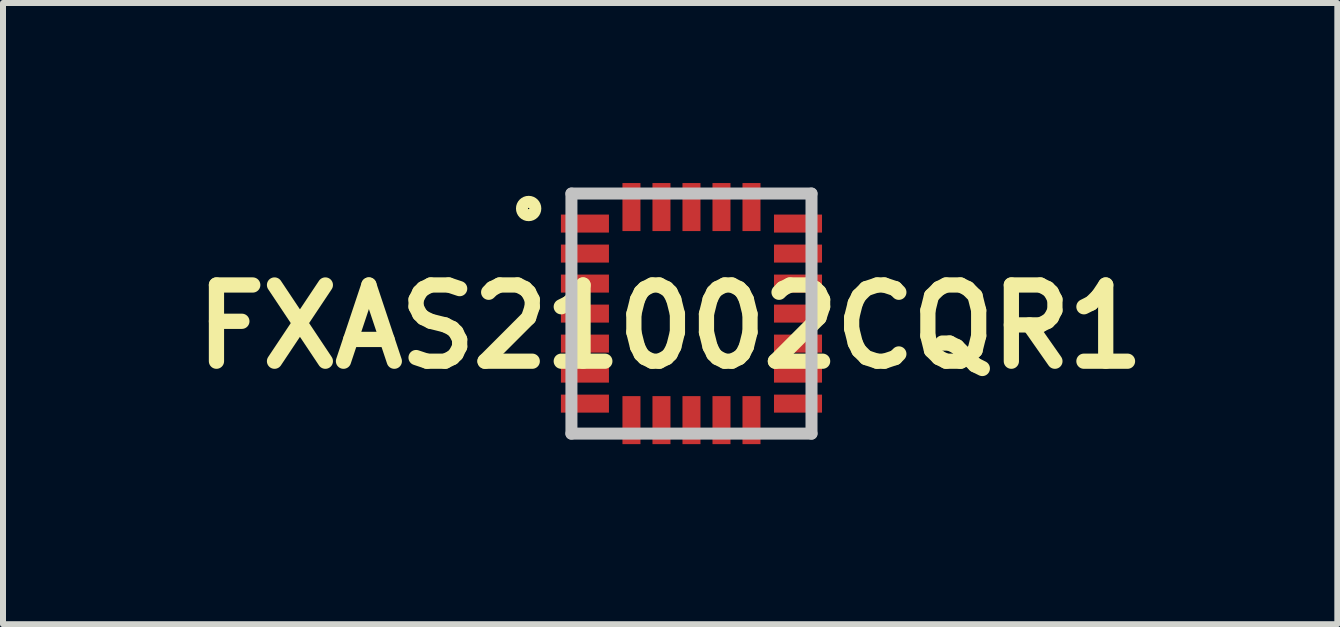
<source format=kicad_pcb>
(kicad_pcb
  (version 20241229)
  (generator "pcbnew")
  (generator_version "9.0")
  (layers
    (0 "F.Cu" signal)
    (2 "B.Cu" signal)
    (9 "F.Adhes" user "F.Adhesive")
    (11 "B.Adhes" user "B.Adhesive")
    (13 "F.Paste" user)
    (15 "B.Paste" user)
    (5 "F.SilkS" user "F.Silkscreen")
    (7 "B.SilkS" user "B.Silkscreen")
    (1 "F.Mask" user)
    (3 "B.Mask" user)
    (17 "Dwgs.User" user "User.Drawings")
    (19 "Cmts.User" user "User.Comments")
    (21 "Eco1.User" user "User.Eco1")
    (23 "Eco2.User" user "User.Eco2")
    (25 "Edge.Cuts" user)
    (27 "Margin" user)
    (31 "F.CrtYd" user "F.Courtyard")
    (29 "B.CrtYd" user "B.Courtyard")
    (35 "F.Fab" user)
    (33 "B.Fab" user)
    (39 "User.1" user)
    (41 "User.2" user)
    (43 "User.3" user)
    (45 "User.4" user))
  (footprint "FXAS21002CQR1"
    (layer "F.Cu")
    (at 8.471 2.175)
    (property "Reference" "FXAS21002CQR1" (at -0.355 0.219 0) (layer "F.SilkS") (effects (font (size 1.27 1.27) (thickness 0.254))))
    (attr smd)
    (fp_circle (center -2.713 -1.751) (end -2.713 -1.64) (stroke (width 0.2) (type solid)) (fill no) (layer "F.SilkS"))
    (fp_line (start -2 -2) (end 2 -2) (stroke (width 0.2) (type solid)) (layer "Dwgs.User"))
    (fp_line (start -2 2) (end -2 -2) (stroke (width 0.2) (type solid)) (layer "Dwgs.User"))
    (fp_line (start 2 -2) (end 2 2) (stroke (width 0.2) (type solid)) (layer "Dwgs.User"))
    (fp_line (start 2 2) (end -2 2) (stroke (width 0.2) (type solid)) (layer "Dwgs.User"))
    (pad "1" smd rect (at -1.775 -1.5 90) (size 0.3 0.8) (layers "F.Cu" "F.Paste"))
    (pad "2" smd rect (at -1.775 -1 90) (size 0.3 0.8) (layers "F.Cu" "F.Paste"))
    (pad "3" smd rect (at -1.775 -0.5 90) (size 0.3 0.8) (layers "F.Cu" "F.Paste"))
    (pad "4" smd rect (at -1.775 0 90) (size 0.3 0.8) (layers "F.Cu" "F.Paste"))
    (pad "5" smd rect (at -1.775 0.5 90) (size 0.3 0.8) (layers "F.Cu" "F.Paste"))
    (pad "6" smd rect (at -1.775 1 90) (size 0.3 0.8) (layers "F.Cu" "F.Paste"))
    (pad "7" smd rect (at -1.775 1.5 90) (size 0.3 0.8) (layers "F.Cu" "F.Paste"))
    (pad "8" smd rect (at -1 1.775) (size 0.3 0.8) (layers "F.Cu" "F.Paste"))
    (pad "9" smd rect (at -0.5 1.775) (size 0.3 0.8) (layers "F.Cu" "F.Paste"))
    (pad "10" smd rect (at 0 1.775) (size 0.3 0.8) (layers "F.Cu" "F.Paste"))
    (pad "11" smd rect (at 0.5 1.775) (size 0.3 0.8) (layers "F.Cu" "F.Paste"))
    (pad "12" smd rect (at 1 1.775) (size 0.3 0.8) (layers "F.Cu" "F.Paste"))
    (pad "13" smd rect (at 1.775 1.5 90) (size 0.3 0.8) (layers "F.Cu" "F.Paste"))
    (pad "14" smd rect (at 1.775 1 90) (size 0.3 0.8) (layers "F.Cu" "F.Paste"))
    (pad "15" smd rect (at 1.775 0.5 90) (size 0.3 0.8) (layers "F.Cu" "F.Paste"))
    (pad "16" smd rect (at 1.775 0 90) (size 0.3 0.8) (layers "F.Cu" "F.Paste"))
    (pad "17" smd rect (at 1.775 -0.5 90) (size 0.3 0.8) (layers "F.Cu" "F.Paste"))
    (pad "18" smd rect (at 1.775 -1 90) (size 0.3 0.8) (layers "F.Cu" "F.Paste"))
    (pad "19" smd rect (at 1.775 -1.5 90) (size 0.3 0.8) (layers "F.Cu" "F.Paste"))
    (pad "20" smd rect (at 1 -1.775) (size 0.3 0.8) (layers "F.Cu" "F.Paste"))
    (pad "21" smd rect (at 0.5 -1.775) (size 0.3 0.8) (layers "F.Cu" "F.Paste"))
    (pad "22" smd rect (at 0 -1.775) (size 0.3 0.8) (layers "F.Cu" "F.Paste"))
    (pad "23" smd rect (at -0.5 -1.775) (size 0.3 0.8) (layers "F.Cu" "F.Paste"))
    (pad "24" smd rect (at -1 -1.775) (size 0.3 0.8) (layers "F.Cu" "F.Paste")))
  (gr_rect
    (start -3 -3)
    (end 19.232 7.35)
    (stroke (width 0.1) (type default))
    (fill no)
    (layer "Edge.Cuts")))
</source>
